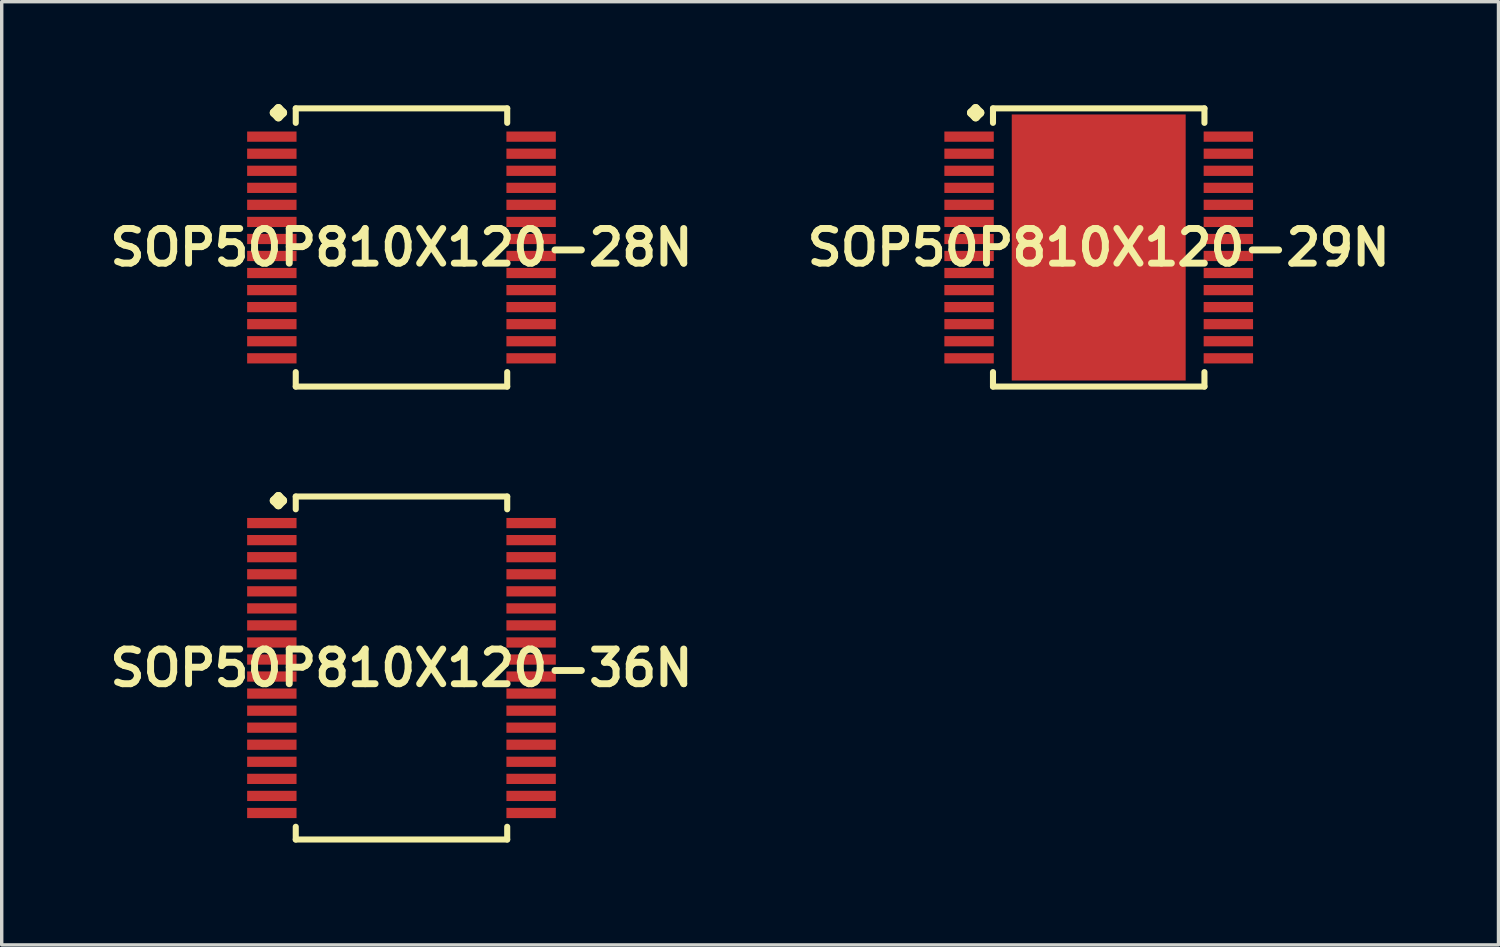
<source format=kicad_pcb>
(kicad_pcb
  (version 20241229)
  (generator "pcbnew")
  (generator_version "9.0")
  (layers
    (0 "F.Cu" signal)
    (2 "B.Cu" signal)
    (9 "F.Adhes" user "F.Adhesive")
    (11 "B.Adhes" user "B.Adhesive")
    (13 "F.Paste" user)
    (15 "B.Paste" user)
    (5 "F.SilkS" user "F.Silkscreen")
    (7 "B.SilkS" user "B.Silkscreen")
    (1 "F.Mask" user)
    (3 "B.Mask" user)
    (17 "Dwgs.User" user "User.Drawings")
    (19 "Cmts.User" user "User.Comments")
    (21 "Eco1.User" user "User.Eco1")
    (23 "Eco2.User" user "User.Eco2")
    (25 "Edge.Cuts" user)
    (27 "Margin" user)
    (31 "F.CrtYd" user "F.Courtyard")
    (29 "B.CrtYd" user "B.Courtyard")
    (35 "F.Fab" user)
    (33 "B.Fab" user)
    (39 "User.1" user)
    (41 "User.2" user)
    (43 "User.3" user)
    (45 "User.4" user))
  (footprint "SOP50P810X120-29N"
    (layer "F.Cu")
    (at 29.155 4.204)
    (property "Reference" "SOP50P810X120-29N" (at 0 0 0) (layer "F.SilkS") (effects (font (size 1.016 1.016) (thickness 0.203))))
    (attr smd)
    (fp_line (start -3.734 -3.95) (end -3.607 -4.077) (stroke (width 0.254) (type solid)) (layer "F.SilkS"))
    (fp_line (start -3.607 -4.077) (end -3.48 -3.95) (stroke (width 0.254) (type solid)) (layer "F.SilkS"))
    (fp_line (start -3.607 -3.823) (end -3.734 -3.95) (stroke (width 0.254) (type solid)) (layer "F.SilkS"))
    (fp_line (start -3.48 -3.95) (end -3.607 -3.823) (stroke (width 0.254) (type solid)) (layer "F.SilkS"))
    (fp_line (start -3.099 -4.077) (end 3.099 -4.077) (stroke (width 0.178) (type solid)) (layer "F.SilkS"))
    (fp_line (start -3.099 -3.653) (end -3.099 -4.077) (stroke (width 0.178) (type solid)) (layer "F.SilkS"))
    (fp_line (start -3.099 3.653) (end -3.099 4.077) (stroke (width 0.178) (type solid)) (layer "F.SilkS"))
    (fp_line (start -3.099 4.077) (end 3.099 4.077) (stroke (width 0.178) (type solid)) (layer "F.SilkS"))
    (fp_line (start 3.099 -4.077) (end 3.099 -3.653) (stroke (width 0.178) (type solid)) (layer "F.SilkS"))
    (fp_line (start 3.099 4.077) (end 3.099 3.653) (stroke (width 0.178) (type solid)) (layer "F.SilkS"))
    (pad "1" smd rect (at -3.8 -3.249) (size 1.448 0.3) (layers "F.Cu" "F.Mask" "F.Paste"))
    (pad "2" smd rect (at -3.8 -2.748) (size 1.448 0.3) (layers "F.Cu" "F.Mask" "F.Paste"))
    (pad "3" smd rect (at -3.8 -2.248) (size 1.448 0.3) (layers "F.Cu" "F.Mask" "F.Paste"))
    (pad "4" smd rect (at -3.8 -1.748) (size 1.448 0.3) (layers "F.Cu" "F.Mask" "F.Paste"))
    (pad "5" smd rect (at -3.8 -1.25) (size 1.448 0.3) (layers "F.Cu" "F.Mask" "F.Paste"))
    (pad "6" smd rect (at -3.8 -0.749) (size 1.448 0.3) (layers "F.Cu" "F.Mask" "F.Paste"))
    (pad "7" smd rect (at -3.8 -0.249) (size 1.448 0.3) (layers "F.Cu" "F.Mask" "F.Paste"))
    (pad "8" smd rect (at -3.8 0.249) (size 1.448 0.3) (layers "F.Cu" "F.Mask" "F.Paste"))
    (pad "9" smd rect (at -3.8 0.749) (size 1.448 0.3) (layers "F.Cu" "F.Mask" "F.Paste"))
    (pad "10" smd rect (at -3.8 1.25) (size 1.448 0.3) (layers "F.Cu" "F.Mask" "F.Paste"))
    (pad "11" smd rect (at -3.8 1.748) (size 1.448 0.3) (layers "F.Cu" "F.Mask" "F.Paste"))
    (pad "12" smd rect (at -3.8 2.248) (size 1.448 0.3) (layers "F.Cu" "F.Mask" "F.Paste"))
    (pad "13" smd rect (at -3.8 2.748) (size 1.448 0.3) (layers "F.Cu" "F.Mask" "F.Paste"))
    (pad "14" smd rect (at -3.8 3.249) (size 1.448 0.3) (layers "F.Cu" "F.Mask" "F.Paste"))
    (pad "15" smd rect (at 3.8 3.249) (size 1.448 0.3) (layers "F.Cu" "F.Mask" "F.Paste"))
    (pad "16" smd rect (at 3.8 2.748) (size 1.448 0.3) (layers "F.Cu" "F.Mask" "F.Paste"))
    (pad "17" smd rect (at 3.8 2.248) (size 1.448 0.3) (layers "F.Cu" "F.Mask" "F.Paste"))
    (pad "18" smd rect (at 3.8 1.748) (size 1.448 0.3) (layers "F.Cu" "F.Mask" "F.Paste"))
    (pad "19" smd rect (at 3.8 1.25) (size 1.448 0.3) (layers "F.Cu" "F.Mask" "F.Paste"))
    (pad "20" smd rect (at 3.8 0.749) (size 1.448 0.3) (layers "F.Cu" "F.Mask" "F.Paste"))
    (pad "21" smd rect (at 3.8 0.249) (size 1.448 0.3) (layers "F.Cu" "F.Mask" "F.Paste"))
    (pad "22" smd rect (at 3.8 -0.249) (size 1.448 0.3) (layers "F.Cu" "F.Mask" "F.Paste"))
    (pad "23" smd rect (at 3.8 -0.749) (size 1.448 0.3) (layers "F.Cu" "F.Mask" "F.Paste"))
    (pad "24" smd rect (at 3.8 -1.25) (size 1.448 0.3) (layers "F.Cu" "F.Mask" "F.Paste"))
    (pad "25" smd rect (at 3.8 -1.748) (size 1.448 0.3) (layers "F.Cu" "F.Mask" "F.Paste"))
    (pad "26" smd rect (at 3.8 -2.248) (size 1.448 0.3) (layers "F.Cu" "F.Mask" "F.Paste"))
    (pad "27" smd rect (at 3.8 -2.748) (size 1.448 0.3) (layers "F.Cu" "F.Mask" "F.Paste"))
    (pad "28" smd rect (at 3.8 -3.249) (size 1.448 0.3) (layers "F.Cu" "F.Mask" "F.Paste"))
    (pad "29" smd rect (at 0 0) (size 5.098 7.798) (layers "F.Cu" "F.Mask" "F.Paste")))
  (footprint "SOP50P810X120-28N"
    (layer "F.Cu")
    (at 8.718 4.204)
    (property "Reference" "SOP50P810X120-28N" (at 0 0 0) (layer "F.SilkS") (effects (font (size 1.016 1.016) (thickness 0.203))))
    (attr smd)
    (fp_line (start -3.734 -3.95) (end -3.607 -4.077) (stroke (width 0.254) (type solid)) (layer "F.SilkS"))
    (fp_line (start -3.607 -4.077) (end -3.48 -3.95) (stroke (width 0.254) (type solid)) (layer "F.SilkS"))
    (fp_line (start -3.607 -3.823) (end -3.734 -3.95) (stroke (width 0.254) (type solid)) (layer "F.SilkS"))
    (fp_line (start -3.48 -3.95) (end -3.607 -3.823) (stroke (width 0.254) (type solid)) (layer "F.SilkS"))
    (fp_line (start -3.099 -4.077) (end 3.099 -4.077) (stroke (width 0.178) (type solid)) (layer "F.SilkS"))
    (fp_line (start -3.099 -3.653) (end -3.099 -4.077) (stroke (width 0.178) (type solid)) (layer "F.SilkS"))
    (fp_line (start -3.099 3.653) (end -3.099 4.077) (stroke (width 0.178) (type solid)) (layer "F.SilkS"))
    (fp_line (start -3.099 4.077) (end 3.099 4.077) (stroke (width 0.178) (type solid)) (layer "F.SilkS"))
    (fp_line (start 3.099 -4.077) (end 3.099 -3.653) (stroke (width 0.178) (type solid)) (layer "F.SilkS"))
    (fp_line (start 3.099 4.077) (end 3.099 3.653) (stroke (width 0.178) (type solid)) (layer "F.SilkS"))
    (pad "1" smd rect (at -3.8 -3.249) (size 1.448 0.3) (layers "F.Cu" "F.Mask" "F.Paste"))
    (pad "2" smd rect (at -3.8 -2.748) (size 1.448 0.3) (layers "F.Cu" "F.Mask" "F.Paste"))
    (pad "3" smd rect (at -3.8 -2.248) (size 1.448 0.3) (layers "F.Cu" "F.Mask" "F.Paste"))
    (pad "4" smd rect (at -3.8 -1.748) (size 1.448 0.3) (layers "F.Cu" "F.Mask" "F.Paste"))
    (pad "5" smd rect (at -3.8 -1.25) (size 1.448 0.3) (layers "F.Cu" "F.Mask" "F.Paste"))
    (pad "6" smd rect (at -3.8 -0.749) (size 1.448 0.3) (layers "F.Cu" "F.Mask" "F.Paste"))
    (pad "7" smd rect (at -3.8 -0.249) (size 1.448 0.3) (layers "F.Cu" "F.Mask" "F.Paste"))
    (pad "8" smd rect (at -3.8 0.249) (size 1.448 0.3) (layers "F.Cu" "F.Mask" "F.Paste"))
    (pad "9" smd rect (at -3.8 0.749) (size 1.448 0.3) (layers "F.Cu" "F.Mask" "F.Paste"))
    (pad "10" smd rect (at -3.8 1.25) (size 1.448 0.3) (layers "F.Cu" "F.Mask" "F.Paste"))
    (pad "11" smd rect (at -3.8 1.748) (size 1.448 0.3) (layers "F.Cu" "F.Mask" "F.Paste"))
    (pad "12" smd rect (at -3.8 2.248) (size 1.448 0.3) (layers "F.Cu" "F.Mask" "F.Paste"))
    (pad "13" smd rect (at -3.8 2.748) (size 1.448 0.3) (layers "F.Cu" "F.Mask" "F.Paste"))
    (pad "14" smd rect (at -3.8 3.249) (size 1.448 0.3) (layers "F.Cu" "F.Mask" "F.Paste"))
    (pad "15" smd rect (at 3.8 3.249) (size 1.448 0.3) (layers "F.Cu" "F.Mask" "F.Paste"))
    (pad "16" smd rect (at 3.8 2.748) (size 1.448 0.3) (layers "F.Cu" "F.Mask" "F.Paste"))
    (pad "17" smd rect (at 3.8 2.248) (size 1.448 0.3) (layers "F.Cu" "F.Mask" "F.Paste"))
    (pad "18" smd rect (at 3.8 1.748) (size 1.448 0.3) (layers "F.Cu" "F.Mask" "F.Paste"))
    (pad "19" smd rect (at 3.8 1.25) (size 1.448 0.3) (layers "F.Cu" "F.Mask" "F.Paste"))
    (pad "20" smd rect (at 3.8 0.749) (size 1.448 0.3) (layers "F.Cu" "F.Mask" "F.Paste"))
    (pad "21" smd rect (at 3.8 0.249) (size 1.448 0.3) (layers "F.Cu" "F.Mask" "F.Paste"))
    (pad "22" smd rect (at 3.8 -0.249) (size 1.448 0.3) (layers "F.Cu" "F.Mask" "F.Paste"))
    (pad "23" smd rect (at 3.8 -0.749) (size 1.448 0.3) (layers "F.Cu" "F.Mask" "F.Paste"))
    (pad "24" smd rect (at 3.8 -1.25) (size 1.448 0.3) (layers "F.Cu" "F.Mask" "F.Paste"))
    (pad "25" smd rect (at 3.8 -1.748) (size 1.448 0.3) (layers "F.Cu" "F.Mask" "F.Paste"))
    (pad "26" smd rect (at 3.8 -2.248) (size 1.448 0.3) (layers "F.Cu" "F.Mask" "F.Paste"))
    (pad "27" smd rect (at 3.8 -2.748) (size 1.448 0.3) (layers "F.Cu" "F.Mask" "F.Paste"))
    (pad "28" smd rect (at 3.8 -3.249) (size 1.448 0.3) (layers "F.Cu" "F.Mask" "F.Paste")))
  (footprint "SOP50P810X120-36N"
    (layer "F.Cu")
    (at 8.718 16.531)
    (property "Reference" "SOP50P810X120-36N" (at 0 0 0) (layer "F.SilkS") (effects (font (size 1.016 1.016) (thickness 0.203))))
    (attr smd)
    (fp_line (start -3.734 -4.907) (end -3.607 -5.034) (stroke (width 0.254) (type solid)) (layer "F.SilkS"))
    (fp_line (start -3.607 -5.034) (end -3.48 -4.907) (stroke (width 0.254) (type solid)) (layer "F.SilkS"))
    (fp_line (start -3.607 -4.78) (end -3.734 -4.907) (stroke (width 0.254) (type solid)) (layer "F.SilkS"))
    (fp_line (start -3.48 -4.907) (end -3.607 -4.78) (stroke (width 0.254) (type solid)) (layer "F.SilkS"))
    (fp_line (start -3.099 -5.027) (end 3.099 -5.027) (stroke (width 0.178) (type solid)) (layer "F.SilkS"))
    (fp_line (start -3.099 -4.653) (end -3.099 -5.027) (stroke (width 0.178) (type solid)) (layer "F.SilkS"))
    (fp_line (start -3.099 4.653) (end -3.099 5.027) (stroke (width 0.178) (type solid)) (layer "F.SilkS"))
    (fp_line (start -3.099 5.027) (end 3.099 5.027) (stroke (width 0.178) (type solid)) (layer "F.SilkS"))
    (fp_line (start 3.099 -5.027) (end 3.099 -4.653) (stroke (width 0.178) (type solid)) (layer "F.SilkS"))
    (fp_line (start 3.099 5.027) (end 3.099 4.653) (stroke (width 0.178) (type solid)) (layer "F.SilkS"))
    (pad "1" smd rect (at -3.8 -4.249) (size 1.448 0.3) (layers "F.Cu" "F.Mask" "F.Paste"))
    (pad "2" smd rect (at -3.8 -3.749) (size 1.448 0.3) (layers "F.Cu" "F.Mask" "F.Paste"))
    (pad "3" smd rect (at -3.8 -3.249) (size 1.448 0.3) (layers "F.Cu" "F.Mask" "F.Paste"))
    (pad "4" smd rect (at -3.8 -2.748) (size 1.448 0.3) (layers "F.Cu" "F.Mask" "F.Paste"))
    (pad "5" smd rect (at -3.8 -2.248) (size 1.448 0.3) (layers "F.Cu" "F.Mask" "F.Paste"))
    (pad "6" smd rect (at -3.8 -1.748) (size 1.448 0.3) (layers "F.Cu" "F.Mask" "F.Paste"))
    (pad "7" smd rect (at -3.8 -1.25) (size 1.448 0.3) (layers "F.Cu" "F.Mask" "F.Paste"))
    (pad "8" smd rect (at -3.8 -0.749) (size 1.448 0.3) (layers "F.Cu" "F.Mask" "F.Paste"))
    (pad "9" smd rect (at -3.8 -0.249) (size 1.448 0.3) (layers "F.Cu" "F.Mask" "F.Paste"))
    (pad "10" smd rect (at -3.8 0.249) (size 1.448 0.3) (layers "F.Cu" "F.Mask" "F.Paste"))
    (pad "11" smd rect (at -3.8 0.749) (size 1.448 0.3) (layers "F.Cu" "F.Mask" "F.Paste"))
    (pad "12" smd rect (at -3.8 1.25) (size 1.448 0.3) (layers "F.Cu" "F.Mask" "F.Paste"))
    (pad "13" smd rect (at -3.8 1.748) (size 1.448 0.3) (layers "F.Cu" "F.Mask" "F.Paste"))
    (pad "14" smd rect (at -3.8 2.248) (size 1.448 0.3) (layers "F.Cu" "F.Mask" "F.Paste"))
    (pad "15" smd rect (at -3.8 2.748) (size 1.448 0.3) (layers "F.Cu" "F.Mask" "F.Paste"))
    (pad "16" smd rect (at -3.8 3.249) (size 1.448 0.3) (layers "F.Cu" "F.Mask" "F.Paste"))
    (pad "17" smd rect (at -3.8 3.749) (size 1.448 0.3) (layers "F.Cu" "F.Mask" "F.Paste"))
    (pad "18" smd rect (at -3.8 4.249) (size 1.448 0.3) (layers "F.Cu" "F.Mask" "F.Paste"))
    (pad "19" smd rect (at 3.8 4.249) (size 1.448 0.3) (layers "F.Cu" "F.Mask" "F.Paste"))
    (pad "20" smd rect (at 3.8 3.749) (size 1.448 0.3) (layers "F.Cu" "F.Mask" "F.Paste"))
    (pad "21" smd rect (at 3.8 3.249) (size 1.448 0.3) (layers "F.Cu" "F.Mask" "F.Paste"))
    (pad "22" smd rect (at 3.8 2.748) (size 1.448 0.3) (layers "F.Cu" "F.Mask" "F.Paste"))
    (pad "23" smd rect (at 3.8 2.248) (size 1.448 0.3) (layers "F.Cu" "F.Mask" "F.Paste"))
    (pad "24" smd rect (at 3.8 1.748) (size 1.448 0.3) (layers "F.Cu" "F.Mask" "F.Paste"))
    (pad "25" smd rect (at 3.8 1.25) (size 1.448 0.3) (layers "F.Cu" "F.Mask" "F.Paste"))
    (pad "26" smd rect (at 3.8 0.749) (size 1.448 0.3) (layers "F.Cu" "F.Mask" "F.Paste"))
    (pad "27" smd rect (at 3.8 0.249) (size 1.448 0.3) (layers "F.Cu" "F.Mask" "F.Paste"))
    (pad "28" smd rect (at 3.8 -0.249) (size 1.448 0.3) (layers "F.Cu" "F.Mask" "F.Paste"))
    (pad "29" smd rect (at 3.8 -0.749) (size 1.448 0.3) (layers "F.Cu" "F.Mask" "F.Paste"))
    (pad "30" smd rect (at 3.8 -1.25) (size 1.448 0.3) (layers "F.Cu" "F.Mask" "F.Paste"))
    (pad "31" smd rect (at 3.8 -1.748) (size 1.448 0.3) (layers "F.Cu" "F.Mask" "F.Paste"))
    (pad "32" smd rect (at 3.8 -2.248) (size 1.448 0.3) (layers "F.Cu" "F.Mask" "F.Paste"))
    (pad "33" smd rect (at 3.8 -2.748) (size 1.448 0.3) (layers "F.Cu" "F.Mask" "F.Paste"))
    (pad "34" smd rect (at 3.8 -3.249) (size 1.448 0.3) (layers "F.Cu" "F.Mask" "F.Paste"))
    (pad "35" smd rect (at 3.8 -3.749) (size 1.448 0.3) (layers "F.Cu" "F.Mask" "F.Paste"))
    (pad "36" smd rect (at 3.8 -4.249) (size 1.448 0.3) (layers "F.Cu" "F.Mask" "F.Paste")))
  (gr_rect
    (start -3 -3)
    (end 40.873 24.646)
    (stroke (width 0.1) (type default))
    (fill no)
    (layer "Edge.Cuts")))
</source>
